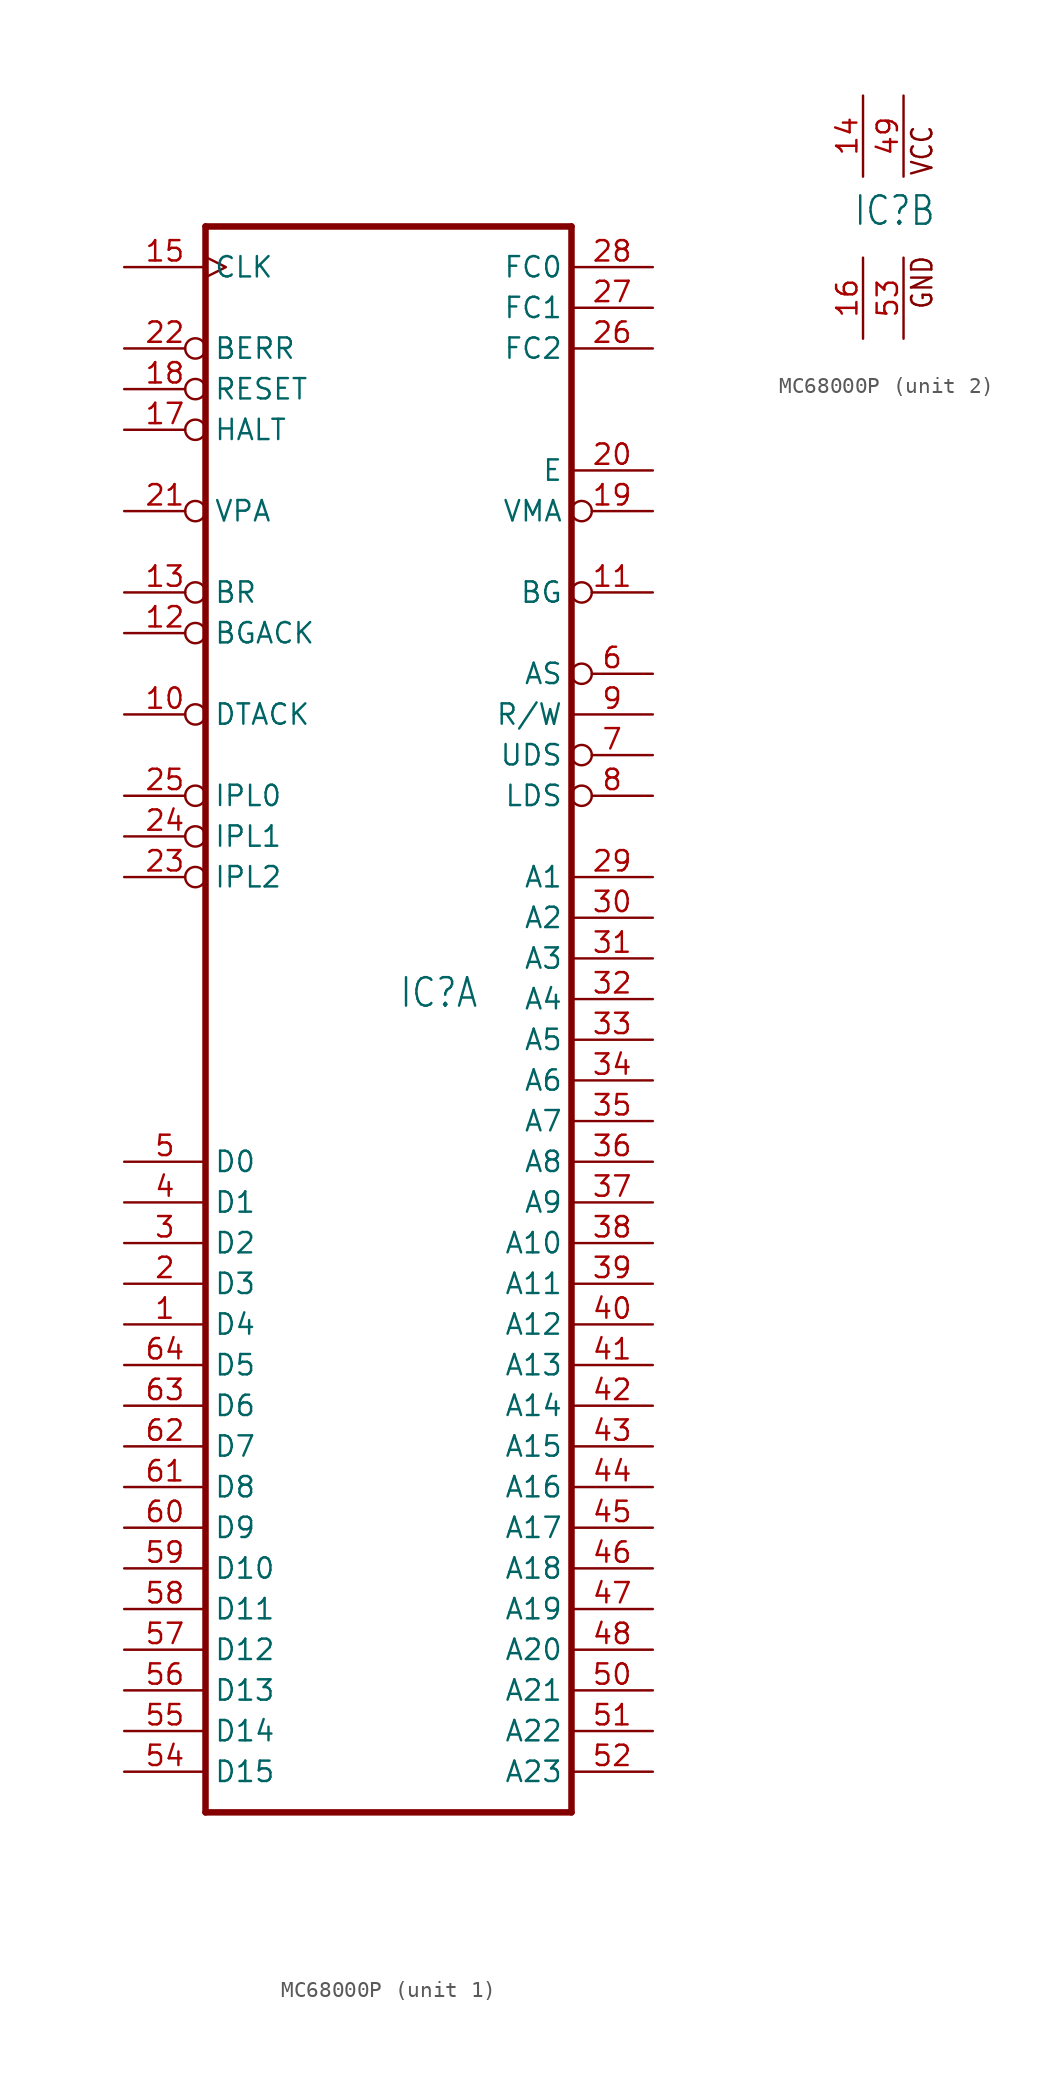
<source format=kicad_sym>
(kicad_symbol_lib
  (version 20231120)
  (generator "kicad_symbol_editor")
  (generator_version "8.0")
  (symbol "MC68000P"
    (property "Reference" "IC"
      (at -0.635 -0.635 0)
      (effects (font (size 1.778 1.511)) (justify left bottom)))
    (property "ki_locked" ""
      (at 0 0 0)
      (effects (font (size 1.27 1.27))))
    (symbol "MC68000P_1_0"
      (polyline (pts (xy -12.7 -50.8) (xy -12.7 48.26)) (stroke (width 0.406) (type default)) (fill (type none)))
      (polyline (pts (xy -12.7 -50.8) (xy 10.16 -50.8)) (stroke (width 0.406) (type default)) (fill (type none)))
      (polyline (pts (xy 10.16 48.26) (xy -12.7 48.26)) (stroke (width 0.406) (type default)) (fill (type none)))
      (polyline (pts (xy 10.16 48.26) (xy 10.16 -50.8)) (stroke (width 0.406) (type default)) (fill (type none)))
      (pin bidirectional line (at -17.78 -20.32 0) (length 5.08) (name "D4" (effects (font (size 1.27 1.27)))) (number "1" (effects (font (size 1.27 1.27)))))
      (pin input inverted (at -17.78 17.78 0) (length 5.08) (name "DTACK" (effects (font (size 1.27 1.27)))) (number "10" (effects (font (size 1.27 1.27)))))
      (pin output inverted (at 15.24 25.4 180) (length 5.08) (name "BG" (effects (font (size 1.27 1.27)))) (number "11" (effects (font (size 1.27 1.27)))))
      (pin input inverted (at -17.78 22.86 0) (length 5.08) (name "BGACK" (effects (font (size 1.27 1.27)))) (number "12" (effects (font (size 1.27 1.27)))))
      (pin input inverted (at -17.78 25.4 0) (length 5.08) (name "BR" (effects (font (size 1.27 1.27)))) (number "13" (effects (font (size 1.27 1.27)))))
      (pin input clock (at -17.78 45.72 0) (length 5.08) (name "CLK" (effects (font (size 1.27 1.27)))) (number "15" (effects (font (size 1.27 1.27)))))
      (pin bidirectional inverted (at -17.78 35.56 0) (length 5.08) (name "HALT" (effects (font (size 1.27 1.27)))) (number "17" (effects (font (size 1.27 1.27)))))
      (pin bidirectional inverted (at -17.78 38.1 0) (length 5.08) (name "RESET" (effects (font (size 1.27 1.27)))) (number "18" (effects (font (size 1.27 1.27)))))
      (pin output inverted (at 15.24 30.48 180) (length 5.08) (name "VMA" (effects (font (size 1.27 1.27)))) (number "19" (effects (font (size 1.27 1.27)))))
      (pin bidirectional line (at -17.78 -17.78 0) (length 5.08) (name "D3" (effects (font (size 1.27 1.27)))) (number "2" (effects (font (size 1.27 1.27)))))
      (pin output line (at 15.24 33.02 180) (length 5.08) (name "E" (effects (font (size 1.27 1.27)))) (number "20" (effects (font (size 1.27 1.27)))))
      (pin input inverted (at -17.78 30.48 0) (length 5.08) (name "VPA" (effects (font (size 1.27 1.27)))) (number "21" (effects (font (size 1.27 1.27)))))
      (pin input inverted (at -17.78 40.64 0) (length 5.08) (name "BERR" (effects (font (size 1.27 1.27)))) (number "22" (effects (font (size 1.27 1.27)))))
      (pin input inverted (at -17.78 7.62 0) (length 5.08) (name "IPL2" (effects (font (size 1.27 1.27)))) (number "23" (effects (font (size 1.27 1.27)))))
      (pin input inverted (at -17.78 10.16 0) (length 5.08) (name "IPL1" (effects (font (size 1.27 1.27)))) (number "24" (effects (font (size 1.27 1.27)))))
      (pin input inverted (at -17.78 12.7 0) (length 5.08) (name "IPL0" (effects (font (size 1.27 1.27)))) (number "25" (effects (font (size 1.27 1.27)))))
      (pin output line (at 15.24 40.64 180) (length 5.08) (name "FC2" (effects (font (size 1.27 1.27)))) (number "26" (effects (font (size 1.27 1.27)))))
      (pin output line (at 15.24 43.18 180) (length 5.08) (name "FC1" (effects (font (size 1.27 1.27)))) (number "27" (effects (font (size 1.27 1.27)))))
      (pin output line (at 15.24 45.72 180) (length 5.08) (name "FC0" (effects (font (size 1.27 1.27)))) (number "28" (effects (font (size 1.27 1.27)))))
      (pin output line (at 15.24 7.62 180) (length 5.08) (name "A1" (effects (font (size 1.27 1.27)))) (number "29" (effects (font (size 1.27 1.27)))))
      (pin bidirectional line (at -17.78 -15.24 0) (length 5.08) (name "D2" (effects (font (size 1.27 1.27)))) (number "3" (effects (font (size 1.27 1.27)))))
      (pin output line (at 15.24 5.08 180) (length 5.08) (name "A2" (effects (font (size 1.27 1.27)))) (number "30" (effects (font (size 1.27 1.27)))))
      (pin output line (at 15.24 2.54 180) (length 5.08) (name "A3" (effects (font (size 1.27 1.27)))) (number "31" (effects (font (size 1.27 1.27)))))
      (pin output line (at 15.24 0 180) (length 5.08) (name "A4" (effects (font (size 1.27 1.27)))) (number "32" (effects (font (size 1.27 1.27)))))
      (pin output line (at 15.24 -2.54 180) (length 5.08) (name "A5" (effects (font (size 1.27 1.27)))) (number "33" (effects (font (size 1.27 1.27)))))
      (pin output line (at 15.24 -5.08 180) (length 5.08) (name "A6" (effects (font (size 1.27 1.27)))) (number "34" (effects (font (size 1.27 1.27)))))
      (pin output line (at 15.24 -7.62 180) (length 5.08) (name "A7" (effects (font (size 1.27 1.27)))) (number "35" (effects (font (size 1.27 1.27)))))
      (pin output line (at 15.24 -10.16 180) (length 5.08) (name "A8" (effects (font (size 1.27 1.27)))) (number "36" (effects (font (size 1.27 1.27)))))
      (pin output line (at 15.24 -12.7 180) (length 5.08) (name "A9" (effects (font (size 1.27 1.27)))) (number "37" (effects (font (size 1.27 1.27)))))
      (pin output line (at 15.24 -15.24 180) (length 5.08) (name "A10" (effects (font (size 1.27 1.27)))) (number "38" (effects (font (size 1.27 1.27)))))
      (pin output line (at 15.24 -17.78 180) (length 5.08) (name "A11" (effects (font (size 1.27 1.27)))) (number "39" (effects (font (size 1.27 1.27)))))
      (pin bidirectional line (at -17.78 -12.7 0) (length 5.08) (name "D1" (effects (font (size 1.27 1.27)))) (number "4" (effects (font (size 1.27 1.27)))))
      (pin output line (at 15.24 -20.32 180) (length 5.08) (name "A12" (effects (font (size 1.27 1.27)))) (number "40" (effects (font (size 1.27 1.27)))))
      (pin output line (at 15.24 -22.86 180) (length 5.08) (name "A13" (effects (font (size 1.27 1.27)))) (number "41" (effects (font (size 1.27 1.27)))))
      (pin output line (at 15.24 -25.4 180) (length 5.08) (name "A14" (effects (font (size 1.27 1.27)))) (number "42" (effects (font (size 1.27 1.27)))))
      (pin output line (at 15.24 -27.94 180) (length 5.08) (name "A15" (effects (font (size 1.27 1.27)))) (number "43" (effects (font (size 1.27 1.27)))))
      (pin output line (at 15.24 -30.48 180) (length 5.08) (name "A16" (effects (font (size 1.27 1.27)))) (number "44" (effects (font (size 1.27 1.27)))))
      (pin output line (at 15.24 -33.02 180) (length 5.08) (name "A17" (effects (font (size 1.27 1.27)))) (number "45" (effects (font (size 1.27 1.27)))))
      (pin output line (at 15.24 -35.56 180) (length 5.08) (name "A18" (effects (font (size 1.27 1.27)))) (number "46" (effects (font (size 1.27 1.27)))))
      (pin output line (at 15.24 -38.1 180) (length 5.08) (name "A19" (effects (font (size 1.27 1.27)))) (number "47" (effects (font (size 1.27 1.27)))))
      (pin output line (at 15.24 -40.64 180) (length 5.08) (name "A20" (effects (font (size 1.27 1.27)))) (number "48" (effects (font (size 1.27 1.27)))))
      (pin bidirectional line (at -17.78 -10.16 0) (length 5.08) (name "D0" (effects (font (size 1.27 1.27)))) (number "5" (effects (font (size 1.27 1.27)))))
      (pin output line (at 15.24 -43.18 180) (length 5.08) (name "A21" (effects (font (size 1.27 1.27)))) (number "50" (effects (font (size 1.27 1.27)))))
      (pin output line (at 15.24 -45.72 180) (length 5.08) (name "A22" (effects (font (size 1.27 1.27)))) (number "51" (effects (font (size 1.27 1.27)))))
      (pin output line (at 15.24 -48.26 180) (length 5.08) (name "A23" (effects (font (size 1.27 1.27)))) (number "52" (effects (font (size 1.27 1.27)))))
      (pin bidirectional line (at -17.78 -48.26 0) (length 5.08) (name "D15" (effects (font (size 1.27 1.27)))) (number "54" (effects (font (size 1.27 1.27)))))
      (pin bidirectional line (at -17.78 -45.72 0) (length 5.08) (name "D14" (effects (font (size 1.27 1.27)))) (number "55" (effects (font (size 1.27 1.27)))))
      (pin bidirectional line (at -17.78 -43.18 0) (length 5.08) (name "D13" (effects (font (size 1.27 1.27)))) (number "56" (effects (font (size 1.27 1.27)))))
      (pin bidirectional line (at -17.78 -40.64 0) (length 5.08) (name "D12" (effects (font (size 1.27 1.27)))) (number "57" (effects (font (size 1.27 1.27)))))
      (pin bidirectional line (at -17.78 -38.1 0) (length 5.08) (name "D11" (effects (font (size 1.27 1.27)))) (number "58" (effects (font (size 1.27 1.27)))))
      (pin bidirectional line (at -17.78 -35.56 0) (length 5.08) (name "D10" (effects (font (size 1.27 1.27)))) (number "59" (effects (font (size 1.27 1.27)))))
      (pin output inverted (at 15.24 20.32 180) (length 5.08) (name "AS" (effects (font (size 1.27 1.27)))) (number "6" (effects (font (size 1.27 1.27)))))
      (pin bidirectional line (at -17.78 -33.02 0) (length 5.08) (name "D9" (effects (font (size 1.27 1.27)))) (number "60" (effects (font (size 1.27 1.27)))))
      (pin bidirectional line (at -17.78 -30.48 0) (length 5.08) (name "D8" (effects (font (size 1.27 1.27)))) (number "61" (effects (font (size 1.27 1.27)))))
      (pin bidirectional line (at -17.78 -27.94 0) (length 5.08) (name "D7" (effects (font (size 1.27 1.27)))) (number "62" (effects (font (size 1.27 1.27)))))
      (pin bidirectional line (at -17.78 -25.4 0) (length 5.08) (name "D6" (effects (font (size 1.27 1.27)))) (number "63" (effects (font (size 1.27 1.27)))))
      (pin bidirectional line (at -17.78 -22.86 0) (length 5.08) (name "D5" (effects (font (size 1.27 1.27)))) (number "64" (effects (font (size 1.27 1.27)))))
      (pin output inverted (at 15.24 15.24 180) (length 5.08) (name "UDS" (effects (font (size 1.27 1.27)))) (number "7" (effects (font (size 1.27 1.27)))))
      (pin output inverted (at 15.24 12.7 180) (length 5.08) (name "LDS" (effects (font (size 1.27 1.27)))) (number "8" (effects (font (size 1.27 1.27)))))
      (pin output line (at 15.24 17.78 180) (length 5.08) (name "R/W" (effects (font (size 1.27 1.27)))) (number "9" (effects (font (size 1.27 1.27))))))
    (symbol "MC68000P_2_0"
      (text "GND" (at 4.445 -5.842 900) (effects (font (size 1.27 1.079)) (justify left bottom)))
      (text "VCC" (at 4.445 2.54 900) (effects (font (size 1.27 1.079)) (justify left bottom)))
      (pin power_in line (at 0 7.62 270) (length 5.08) (name "VCC@1" (effects (font (size 0 0)))) (number "14" (effects (font (size 1.27 1.27)))))
      (pin power_in line (at 0 -7.62 90) (length 5.08) (name "GND@1" (effects (font (size 0 0)))) (number "16" (effects (font (size 1.27 1.27)))))
      (pin power_in line (at 2.54 7.62 270) (length 5.08) (name "VCC@2" (effects (font (size 0 0)))) (number "49" (effects (font (size 1.27 1.27)))))
      (pin power_in line (at 2.54 -7.62 90) (length 5.08) (name "GND@2" (effects (font (size 0 0)))) (number "53" (effects (font (size 1.27 1.27))))))))
</source>
